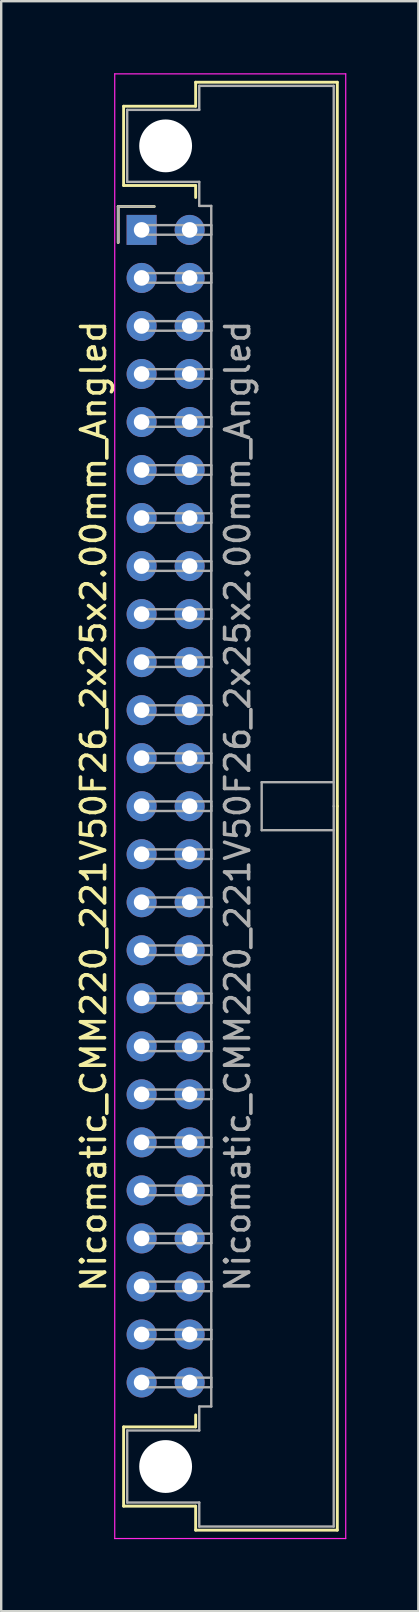
<source format=kicad_pcb>
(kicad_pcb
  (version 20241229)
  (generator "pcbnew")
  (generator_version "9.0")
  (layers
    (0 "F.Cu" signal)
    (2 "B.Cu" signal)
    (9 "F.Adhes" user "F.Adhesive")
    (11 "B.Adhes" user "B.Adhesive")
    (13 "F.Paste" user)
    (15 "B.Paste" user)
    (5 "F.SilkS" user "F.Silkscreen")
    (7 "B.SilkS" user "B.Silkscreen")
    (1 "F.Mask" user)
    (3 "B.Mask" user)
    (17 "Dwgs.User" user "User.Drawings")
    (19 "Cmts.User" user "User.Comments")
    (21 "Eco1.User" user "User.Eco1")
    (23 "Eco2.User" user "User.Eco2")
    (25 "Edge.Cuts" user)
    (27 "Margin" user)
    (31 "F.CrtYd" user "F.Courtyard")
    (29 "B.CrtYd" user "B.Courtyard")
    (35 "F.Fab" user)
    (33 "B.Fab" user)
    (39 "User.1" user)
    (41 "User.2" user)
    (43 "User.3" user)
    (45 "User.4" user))
  (footprint "Nicomatic_CMM220_221V50F26_2x25x2.00mm_Angled"
    (layer "F.Cu")
    (at 2.848 6.525)
    (property "Reference" "Nicomatic_CMM220_221V50F26_2x25x2.00mm_Angled" (at -2 24 90) (layer "F.SilkS") (effects (font (size 1 1) (thickness 0.15))))
    (attr through_hole)
    (fp_line (start -0.975 -0.975) (end -0.975 0.525) (stroke (width 0.12) (type solid)) (layer "F.SilkS"))
    (fp_line (start -0.75 -5.15) (end -0.75 -1.85) (stroke (width 0.12) (type solid)) (layer "F.SilkS"))
    (fp_line (start -0.75 -1.85) (end 2.25 -1.85) (stroke (width 0.12) (type solid)) (layer "F.SilkS"))
    (fp_line (start -0.75 49.85) (end 2.25 49.85) (stroke (width 0.12) (type solid)) (layer "F.SilkS"))
    (fp_line (start -0.75 53.15) (end -0.75 49.85) (stroke (width 0.12) (type solid)) (layer "F.SilkS"))
    (fp_line (start 0.525 -0.975) (end -0.975 -0.975) (stroke (width 0.12) (type solid)) (layer "F.SilkS"))
    (fp_line (start 2.25 -6.15) (end 2.25 -5.15) (stroke (width 0.12) (type solid)) (layer "F.SilkS"))
    (fp_line (start 2.25 -5.15) (end -0.75 -5.15) (stroke (width 0.12) (type solid)) (layer "F.SilkS"))
    (fp_line (start 2.25 -1.85) (end 2.25 -1.35) (stroke (width 0.12) (type solid)) (layer "F.SilkS"))
    (fp_line (start 2.25 49.85) (end 2.25 49.35) (stroke (width 0.12) (type solid)) (layer "F.SilkS"))
    (fp_line (start 2.25 53.15) (end -0.75 53.15) (stroke (width 0.12) (type solid)) (layer "F.SilkS"))
    (fp_line (start 2.25 54.15) (end 2.25 53.15) (stroke (width 0.12) (type solid)) (layer "F.SilkS"))
    (fp_line (start 8.15 -6.15) (end 2.25 -6.15) (stroke (width 0.12) (type solid)) (layer "F.SilkS"))
    (fp_line (start 8.15 24) (end 8.15 -6.15) (stroke (width 0.12) (type solid)) (layer "F.SilkS"))
    (fp_line (start 8.15 24) (end 8.15 54.15) (stroke (width 0.12) (type solid)) (layer "F.SilkS"))
    (fp_line (start 8.15 54.15) (end 2.25 54.15) (stroke (width 0.12) (type solid)) (layer "F.SilkS"))
    (fp_line (start -1.12 -6.5) (end -1.12 54.5) (stroke (width 0.05) (type solid)) (layer "F.CrtYd"))
    (fp_line (start -1.12 54.5) (end 8.5 54.5) (stroke (width 0.05) (type solid)) (layer "F.CrtYd"))
    (fp_line (start 8.5 -6.5) (end -1.12 -6.5) (stroke (width 0.05) (type solid)) (layer "F.CrtYd"))
    (fp_line (start 8.5 54.5) (end 8.5 -6.5) (stroke (width 0.05) (type solid)) (layer "F.CrtYd"))
    (fp_line (start -0.975 -0.975) (end -0.975 0.525) (stroke (width 0.1) (type solid)) (layer "F.Fab"))
    (fp_line (start -0.6 -5) (end -0.6 -2) (stroke (width 0.1) (type solid)) (layer "F.Fab"))
    (fp_line (start -0.6 -2) (end 2.4 -2) (stroke (width 0.1) (type solid)) (layer "F.Fab"))
    (fp_line (start -0.6 50) (end 2.4 50) (stroke (width 0.1) (type solid)) (layer "F.Fab"))
    (fp_line (start -0.6 53) (end -0.6 50) (stroke (width 0.1) (type solid)) (layer "F.Fab"))
    (fp_line (start 0 -0.2) (end 0 0.2) (stroke (width 0.1) (type solid)) (layer "F.Fab"))
    (fp_line (start 0 0.2) (end 2.9 0.2) (stroke (width 0.1) (type solid)) (layer "F.Fab"))
    (fp_line (start 0 1.8) (end 0 2.2) (stroke (width 0.1) (type solid)) (layer "F.Fab"))
    (fp_line (start 0 2.2) (end 2.9 2.2) (stroke (width 0.1) (type solid)) (layer "F.Fab"))
    (fp_line (start 0 3.8) (end 0 4.2) (stroke (width 0.1) (type solid)) (layer "F.Fab"))
    (fp_line (start 0 4.2) (end 2.9 4.2) (stroke (width 0.1) (type solid)) (layer "F.Fab"))
    (fp_line (start 0 5.8) (end 0 6.2) (stroke (width 0.1) (type solid)) (layer "F.Fab"))
    (fp_line (start 0 6.2) (end 2.9 6.2) (stroke (width 0.1) (type solid)) (layer "F.Fab"))
    (fp_line (start 0 7.8) (end 0 8.2) (stroke (width 0.1) (type solid)) (layer "F.Fab"))
    (fp_line (start 0 8.2) (end 2.9 8.2) (stroke (width 0.1) (type solid)) (layer "F.Fab"))
    (fp_line (start 0 9.8) (end 0 10.2) (stroke (width 0.1) (type solid)) (layer "F.Fab"))
    (fp_line (start 0 10.2) (end 2.9 10.2) (stroke (width 0.1) (type solid)) (layer "F.Fab"))
    (fp_line (start 0 11.8) (end 0 12.2) (stroke (width 0.1) (type solid)) (layer "F.Fab"))
    (fp_line (start 0 12.2) (end 2.9 12.2) (stroke (width 0.1) (type solid)) (layer "F.Fab"))
    (fp_line (start 0 13.8) (end 0 14.2) (stroke (width 0.1) (type solid)) (layer "F.Fab"))
    (fp_line (start 0 14.2) (end 2.9 14.2) (stroke (width 0.1) (type solid)) (layer "F.Fab"))
    (fp_line (start 0 15.8) (end 0 16.2) (stroke (width 0.1) (type solid)) (layer "F.Fab"))
    (fp_line (start 0 16.2) (end 2.9 16.2) (stroke (width 0.1) (type solid)) (layer "F.Fab"))
    (fp_line (start 0 17.8) (end 0 18.2) (stroke (width 0.1) (type solid)) (layer "F.Fab"))
    (fp_line (start 0 18.2) (end 2.9 18.2) (stroke (width 0.1) (type solid)) (layer "F.Fab"))
    (fp_line (start 0 19.8) (end 0 20.2) (stroke (width 0.1) (type solid)) (layer "F.Fab"))
    (fp_line (start 0 20.2) (end 2.9 20.2) (stroke (width 0.1) (type solid)) (layer "F.Fab"))
    (fp_line (start 0 21.8) (end 0 22.2) (stroke (width 0.1) (type solid)) (layer "F.Fab"))
    (fp_line (start 0 22.2) (end 2.9 22.2) (stroke (width 0.1) (type solid)) (layer "F.Fab"))
    (fp_line (start 0 23.8) (end 0 24.2) (stroke (width 0.1) (type solid)) (layer "F.Fab"))
    (fp_line (start 0 24.2) (end 2.9 24.2) (stroke (width 0.1) (type solid)) (layer "F.Fab"))
    (fp_line (start 0 25.8) (end 0 26.2) (stroke (width 0.1) (type solid)) (layer "F.Fab"))
    (fp_line (start 0 26.2) (end 2.9 26.2) (stroke (width 0.1) (type solid)) (layer "F.Fab"))
    (fp_line (start 0 27.8) (end 0 28.2) (stroke (width 0.1) (type solid)) (layer "F.Fab"))
    (fp_line (start 0 28.2) (end 2.9 28.2) (stroke (width 0.1) (type solid)) (layer "F.Fab"))
    (fp_line (start 0 29.8) (end 0 30.2) (stroke (width 0.1) (type solid)) (layer "F.Fab"))
    (fp_line (start 0 30.2) (end 2.9 30.2) (stroke (width 0.1) (type solid)) (layer "F.Fab"))
    (fp_line (start 0 31.8) (end 0 32.2) (stroke (width 0.1) (type solid)) (layer "F.Fab"))
    (fp_line (start 0 32.2) (end 2.9 32.2) (stroke (width 0.1) (type solid)) (layer "F.Fab"))
    (fp_line (start 0 33.8) (end 0 34.2) (stroke (width 0.1) (type solid)) (layer "F.Fab"))
    (fp_line (start 0 34.2) (end 2.9 34.2) (stroke (width 0.1) (type solid)) (layer "F.Fab"))
    (fp_line (start 0 35.8) (end 0 36.2) (stroke (width 0.1) (type solid)) (layer "F.Fab"))
    (fp_line (start 0 36.2) (end 2.9 36.2) (stroke (width 0.1) (type solid)) (layer "F.Fab"))
    (fp_line (start 0 37.8) (end 0 38.2) (stroke (width 0.1) (type solid)) (layer "F.Fab"))
    (fp_line (start 0 38.2) (end 2.9 38.2) (stroke (width 0.1) (type solid)) (layer "F.Fab"))
    (fp_line (start 0 39.8) (end 0 40.2) (stroke (width 0.1) (type solid)) (layer "F.Fab"))
    (fp_line (start 0 40.2) (end 2.9 40.2) (stroke (width 0.1) (type solid)) (layer "F.Fab"))
    (fp_line (start 0 41.8) (end 0 42.2) (stroke (width 0.1) (type solid)) (layer "F.Fab"))
    (fp_line (start 0 42.2) (end 2.9 42.2) (stroke (width 0.1) (type solid)) (layer "F.Fab"))
    (fp_line (start 0 43.8) (end 0 44.2) (stroke (width 0.1) (type solid)) (layer "F.Fab"))
    (fp_line (start 0 44.2) (end 2.9 44.2) (stroke (width 0.1) (type solid)) (layer "F.Fab"))
    (fp_line (start 0 45.8) (end 0 46.2) (stroke (width 0.1) (type solid)) (layer "F.Fab"))
    (fp_line (start 0 46.2) (end 2.9 46.2) (stroke (width 0.1) (type solid)) (layer "F.Fab"))
    (fp_line (start 0 47.8) (end 0 48.2) (stroke (width 0.1) (type solid)) (layer "F.Fab"))
    (fp_line (start 0 48.2) (end 2.9 48.2) (stroke (width 0.1) (type solid)) (layer "F.Fab"))
    (fp_line (start 0.525 -0.975) (end -0.975 -0.975) (stroke (width 0.1) (type solid)) (layer "F.Fab"))
    (fp_line (start 2.4 -6) (end 2.4 -5) (stroke (width 0.1) (type solid)) (layer "F.Fab"))
    (fp_line (start 2.4 -5) (end -0.6 -5) (stroke (width 0.1) (type solid)) (layer "F.Fab"))
    (fp_line (start 2.4 -2) (end 2.4 -1) (stroke (width 0.1) (type solid)) (layer "F.Fab"))
    (fp_line (start 2.4 -1) (end 2.9 -1) (stroke (width 0.1) (type solid)) (layer "F.Fab"))
    (fp_line (start 2.4 49) (end 2.9 49) (stroke (width 0.1) (type solid)) (layer "F.Fab"))
    (fp_line (start 2.4 50) (end 2.4 49) (stroke (width 0.1) (type solid)) (layer "F.Fab"))
    (fp_line (start 2.4 53) (end -0.6 53) (stroke (width 0.1) (type solid)) (layer "F.Fab"))
    (fp_line (start 2.4 54) (end 2.4 53) (stroke (width 0.1) (type solid)) (layer "F.Fab"))
    (fp_line (start 2.9 -1) (end 2.9 24) (stroke (width 0.1) (type solid)) (layer "F.Fab"))
    (fp_line (start 2.9 -0.2) (end 0 -0.2) (stroke (width 0.1) (type solid)) (layer "F.Fab"))
    (fp_line (start 2.9 0.2) (end 2.9 -0.2) (stroke (width 0.1) (type solid)) (layer "F.Fab"))
    (fp_line (start 2.9 1.8) (end 0 1.8) (stroke (width 0.1) (type solid)) (layer "F.Fab"))
    (fp_line (start 2.9 2.2) (end 2.9 1.8) (stroke (width 0.1) (type solid)) (layer "F.Fab"))
    (fp_line (start 2.9 3.8) (end 0 3.8) (stroke (width 0.1) (type solid)) (layer "F.Fab"))
    (fp_line (start 2.9 4.2) (end 2.9 3.8) (stroke (width 0.1) (type solid)) (layer "F.Fab"))
    (fp_line (start 2.9 5.8) (end 0 5.8) (stroke (width 0.1) (type solid)) (layer "F.Fab"))
    (fp_line (start 2.9 6.2) (end 2.9 5.8) (stroke (width 0.1) (type solid)) (layer "F.Fab"))
    (fp_line (start 2.9 7.8) (end 0 7.8) (stroke (width 0.1) (type solid)) (layer "F.Fab"))
    (fp_line (start 2.9 8.2) (end 2.9 7.8) (stroke (width 0.1) (type solid)) (layer "F.Fab"))
    (fp_line (start 2.9 9.8) (end 0 9.8) (stroke (width 0.1) (type solid)) (layer "F.Fab"))
    (fp_line (start 2.9 10.2) (end 2.9 9.8) (stroke (width 0.1) (type solid)) (layer "F.Fab"))
    (fp_line (start 2.9 11.8) (end 0 11.8) (stroke (width 0.1) (type solid)) (layer "F.Fab"))
    (fp_line (start 2.9 12.2) (end 2.9 11.8) (stroke (width 0.1) (type solid)) (layer "F.Fab"))
    (fp_line (start 2.9 13.8) (end 0 13.8) (stroke (width 0.1) (type solid)) (layer "F.Fab"))
    (fp_line (start 2.9 14.2) (end 2.9 13.8) (stroke (width 0.1) (type solid)) (layer "F.Fab"))
    (fp_line (start 2.9 15.8) (end 0 15.8) (stroke (width 0.1) (type solid)) (layer "F.Fab"))
    (fp_line (start 2.9 16.2) (end 2.9 15.8) (stroke (width 0.1) (type solid)) (layer "F.Fab"))
    (fp_line (start 2.9 17.8) (end 0 17.8) (stroke (width 0.1) (type solid)) (layer "F.Fab"))
    (fp_line (start 2.9 18.2) (end 2.9 17.8) (stroke (width 0.1) (type solid)) (layer "F.Fab"))
    (fp_line (start 2.9 19.8) (end 0 19.8) (stroke (width 0.1) (type solid)) (layer "F.Fab"))
    (fp_line (start 2.9 20.2) (end 2.9 19.8) (stroke (width 0.1) (type solid)) (layer "F.Fab"))
    (fp_line (start 2.9 21.8) (end 0 21.8) (stroke (width 0.1) (type solid)) (layer "F.Fab"))
    (fp_line (start 2.9 22.2) (end 2.9 21.8) (stroke (width 0.1) (type solid)) (layer "F.Fab"))
    (fp_line (start 2.9 23.8) (end 0 23.8) (stroke (width 0.1) (type solid)) (layer "F.Fab"))
    (fp_line (start 2.9 24.2) (end 2.9 23.8) (stroke (width 0.1) (type solid)) (layer "F.Fab"))
    (fp_line (start 2.9 25.8) (end 0 25.8) (stroke (width 0.1) (type solid)) (layer "F.Fab"))
    (fp_line (start 2.9 26.2) (end 2.9 25.8) (stroke (width 0.1) (type solid)) (layer "F.Fab"))
    (fp_line (start 2.9 27.8) (end 0 27.8) (stroke (width 0.1) (type solid)) (layer "F.Fab"))
    (fp_line (start 2.9 28.2) (end 2.9 27.8) (stroke (width 0.1) (type solid)) (layer "F.Fab"))
    (fp_line (start 2.9 29.8) (end 0 29.8) (stroke (width 0.1) (type solid)) (layer "F.Fab"))
    (fp_line (start 2.9 30.2) (end 2.9 29.8) (stroke (width 0.1) (type solid)) (layer "F.Fab"))
    (fp_line (start 2.9 31.8) (end 0 31.8) (stroke (width 0.1) (type solid)) (layer "F.Fab"))
    (fp_line (start 2.9 32.2) (end 2.9 31.8) (stroke (width 0.1) (type solid)) (layer "F.Fab"))
    (fp_line (start 2.9 33.8) (end 0 33.8) (stroke (width 0.1) (type solid)) (layer "F.Fab"))
    (fp_line (start 2.9 34.2) (end 2.9 33.8) (stroke (width 0.1) (type solid)) (layer "F.Fab"))
    (fp_line (start 2.9 35.8) (end 0 35.8) (stroke (width 0.1) (type solid)) (layer "F.Fab"))
    (fp_line (start 2.9 36.2) (end 2.9 35.8) (stroke (width 0.1) (type solid)) (layer "F.Fab"))
    (fp_line (start 2.9 37.8) (end 0 37.8) (stroke (width 0.1) (type solid)) (layer "F.Fab"))
    (fp_line (start 2.9 38.2) (end 2.9 37.8) (stroke (width 0.1) (type solid)) (layer "F.Fab"))
    (fp_line (start 2.9 39.8) (end 0 39.8) (stroke (width 0.1) (type solid)) (layer "F.Fab"))
    (fp_line (start 2.9 40.2) (end 2.9 39.8) (stroke (width 0.1) (type solid)) (layer "F.Fab"))
    (fp_line (start 2.9 41.8) (end 0 41.8) (stroke (width 0.1) (type solid)) (layer "F.Fab"))
    (fp_line (start 2.9 42.2) (end 2.9 41.8) (stroke (width 0.1) (type solid)) (layer "F.Fab"))
    (fp_line (start 2.9 43.8) (end 0 43.8) (stroke (width 0.1) (type solid)) (layer "F.Fab"))
    (fp_line (start 2.9 44.2) (end 2.9 43.8) (stroke (width 0.1) (type solid)) (layer "F.Fab"))
    (fp_line (start 2.9 45.8) (end 0 45.8) (stroke (width 0.1) (type solid)) (layer "F.Fab"))
    (fp_line (start 2.9 46.2) (end 2.9 45.8) (stroke (width 0.1) (type solid)) (layer "F.Fab"))
    (fp_line (start 2.9 47.8) (end 0 47.8) (stroke (width 0.1) (type solid)) (layer "F.Fab"))
    (fp_line (start 2.9 48.2) (end 2.9 47.8) (stroke (width 0.1) (type solid)) (layer "F.Fab"))
    (fp_line (start 2.9 49) (end 2.9 24) (stroke (width 0.1) (type solid)) (layer "F.Fab"))
    (fp_line (start 5 23) (end 5 25) (stroke (width 0.1) (type solid)) (layer "F.Fab"))
    (fp_line (start 5 25) (end 8 25) (stroke (width 0.1) (type solid)) (layer "F.Fab"))
    (fp_line (start 8 -6) (end 2.4 -6) (stroke (width 0.1) (type solid)) (layer "F.Fab"))
    (fp_line (start 8 23) (end 5 23) (stroke (width 0.1) (type solid)) (layer "F.Fab"))
    (fp_line (start 8 24) (end 8 -6) (stroke (width 0.1) (type solid)) (layer "F.Fab"))
    (fp_line (start 8 24) (end 8 54) (stroke (width 0.1) (type solid)) (layer "F.Fab"))
    (fp_line (start 8 54) (end 2.4 54) (stroke (width 0.1) (type solid)) (layer "F.Fab"))
    (fp_text user "${REFERENCE}" (at 4 24 90) (layer "F.Fab") (effects (font (size 1 1) (thickness 0.15))))
    (pad "" np_thru_hole circle (at 1 -3.5) (size 2.2 2.2) (drill 2.2) (layers "*.Cu" "*.Mask"))
    (pad "" np_thru_hole circle (at 1 51.5) (size 2.2 2.2) (drill 2.2) (layers "*.Cu" "*.Mask"))
    (pad "1" thru_hole rect (at 0 0) (size 1.25 1.25) (drill 0.65) (layers "*.Cu" "*.Mask"))
    (pad "2" thru_hole oval (at 0 2) (size 1.25 1.25) (drill 0.65) (layers "*.Cu" "*.Mask"))
    (pad "3" thru_hole oval (at 0 4) (size 1.25 1.25) (drill 0.65) (layers "*.Cu" "*.Mask"))
    (pad "4" thru_hole oval (at 0 6) (size 1.25 1.25) (drill 0.65) (layers "*.Cu" "*.Mask"))
    (pad "5" thru_hole oval (at 0 8) (size 1.25 1.25) (drill 0.65) (layers "*.Cu" "*.Mask"))
    (pad "6" thru_hole oval (at 0 10) (size 1.25 1.25) (drill 0.65) (layers "*.Cu" "*.Mask"))
    (pad "7" thru_hole oval (at 0 12) (size 1.25 1.25) (drill 0.65) (layers "*.Cu" "*.Mask"))
    (pad "8" thru_hole oval (at 0 14) (size 1.25 1.25) (drill 0.65) (layers "*.Cu" "*.Mask"))
    (pad "9" thru_hole oval (at 0 16) (size 1.25 1.25) (drill 0.65) (layers "*.Cu" "*.Mask"))
    (pad "10" thru_hole oval (at 0 18) (size 1.25 1.25) (drill 0.65) (layers "*.Cu" "*.Mask"))
    (pad "11" thru_hole oval (at 0 20) (size 1.25 1.25) (drill 0.65) (layers "*.Cu" "*.Mask"))
    (pad "12" thru_hole oval (at 0 22) (size 1.25 1.25) (drill 0.65) (layers "*.Cu" "*.Mask"))
    (pad "13" thru_hole oval (at 0 24) (size 1.25 1.25) (drill 0.65) (layers "*.Cu" "*.Mask"))
    (pad "14" thru_hole oval (at 0 26) (size 1.25 1.25) (drill 0.65) (layers "*.Cu" "*.Mask"))
    (pad "15" thru_hole oval (at 0 28) (size 1.25 1.25) (drill 0.65) (layers "*.Cu" "*.Mask"))
    (pad "16" thru_hole oval (at 0 30) (size 1.25 1.25) (drill 0.65) (layers "*.Cu" "*.Mask"))
    (pad "17" thru_hole oval (at 0 32) (size 1.25 1.25) (drill 0.65) (layers "*.Cu" "*.Mask"))
    (pad "18" thru_hole oval (at 0 34) (size 1.25 1.25) (drill 0.65) (layers "*.Cu" "*.Mask"))
    (pad "19" thru_hole oval (at 0 36) (size 1.25 1.25) (drill 0.65) (layers "*.Cu" "*.Mask"))
    (pad "20" thru_hole oval (at 0 38) (size 1.25 1.25) (drill 0.65) (layers "*.Cu" "*.Mask"))
    (pad "21" thru_hole oval (at 0 40) (size 1.25 1.25) (drill 0.65) (layers "*.Cu" "*.Mask"))
    (pad "22" thru_hole oval (at 0 42) (size 1.25 1.25) (drill 0.65) (layers "*.Cu" "*.Mask"))
    (pad "23" thru_hole oval (at 0 44) (size 1.25 1.25) (drill 0.65) (layers "*.Cu" "*.Mask"))
    (pad "24" thru_hole oval (at 0 46) (size 1.25 1.25) (drill 0.65) (layers "*.Cu" "*.Mask"))
    (pad "25" thru_hole oval (at 0 48) (size 1.25 1.25) (drill 0.65) (layers "*.Cu" "*.Mask"))
    (pad "26" thru_hole oval (at 2 0) (size 1.25 1.25) (drill 0.65) (layers "*.Cu" "*.Mask"))
    (pad "27" thru_hole oval (at 2 2) (size 1.25 1.25) (drill 0.65) (layers "*.Cu" "*.Mask"))
    (pad "28" thru_hole oval (at 2 4) (size 1.25 1.25) (drill 0.65) (layers "*.Cu" "*.Mask"))
    (pad "29" thru_hole oval (at 2 6) (size 1.25 1.25) (drill 0.65) (layers "*.Cu" "*.Mask"))
    (pad "30" thru_hole oval (at 2 8) (size 1.25 1.25) (drill 0.65) (layers "*.Cu" "*.Mask"))
    (pad "31" thru_hole oval (at 2 10) (size 1.25 1.25) (drill 0.65) (layers "*.Cu" "*.Mask"))
    (pad "32" thru_hole oval (at 2 12) (size 1.25 1.25) (drill 0.65) (layers "*.Cu" "*.Mask"))
    (pad "33" thru_hole oval (at 2 14) (size 1.25 1.25) (drill 0.65) (layers "*.Cu" "*.Mask"))
    (pad "34" thru_hole oval (at 2 16) (size 1.25 1.25) (drill 0.65) (layers "*.Cu" "*.Mask"))
    (pad "35" thru_hole oval (at 2 18) (size 1.25 1.25) (drill 0.65) (layers "*.Cu" "*.Mask"))
    (pad "36" thru_hole oval (at 2 20) (size 1.25 1.25) (drill 0.65) (layers "*.Cu" "*.Mask"))
    (pad "37" thru_hole oval (at 2 22) (size 1.25 1.25) (drill 0.65) (layers "*.Cu" "*.Mask"))
    (pad "38" thru_hole oval (at 2 24) (size 1.25 1.25) (drill 0.65) (layers "*.Cu" "*.Mask"))
    (pad "39" thru_hole oval (at 2 26) (size 1.25 1.25) (drill 0.65) (layers "*.Cu" "*.Mask"))
    (pad "40" thru_hole oval (at 2 28) (size 1.25 1.25) (drill 0.65) (layers "*.Cu" "*.Mask"))
    (pad "41" thru_hole oval (at 2 30) (size 1.25 1.25) (drill 0.65) (layers "*.Cu" "*.Mask"))
    (pad "42" thru_hole oval (at 2 32) (size 1.25 1.25) (drill 0.65) (layers "*.Cu" "*.Mask"))
    (pad "43" thru_hole oval (at 2 34) (size 1.25 1.25) (drill 0.65) (layers "*.Cu" "*.Mask"))
    (pad "44" thru_hole oval (at 2 36) (size 1.25 1.25) (drill 0.65) (layers "*.Cu" "*.Mask"))
    (pad "45" thru_hole oval (at 2 38) (size 1.25 1.25) (drill 0.65) (layers "*.Cu" "*.Mask"))
    (pad "46" thru_hole oval (at 2 40) (size 1.25 1.25) (drill 0.65) (layers "*.Cu" "*.Mask"))
    (pad "47" thru_hole oval (at 2 42) (size 1.25 1.25) (drill 0.65) (layers "*.Cu" "*.Mask"))
    (pad "48" thru_hole oval (at 2 44) (size 1.25 1.25) (drill 0.65) (layers "*.Cu" "*.Mask"))
    (pad "49" thru_hole oval (at 2 46) (size 1.25 1.25) (drill 0.65) (layers "*.Cu" "*.Mask"))
    (pad "50" thru_hole oval (at 2 48) (size 1.25 1.25) (drill 0.65) (layers "*.Cu" "*.Mask")))
  (gr_rect
    (start -3 -3)
    (end 14.373 64.05)
    (stroke (width 0.1) (type default))
    (fill no)
    (layer "Edge.Cuts")))
</source>
